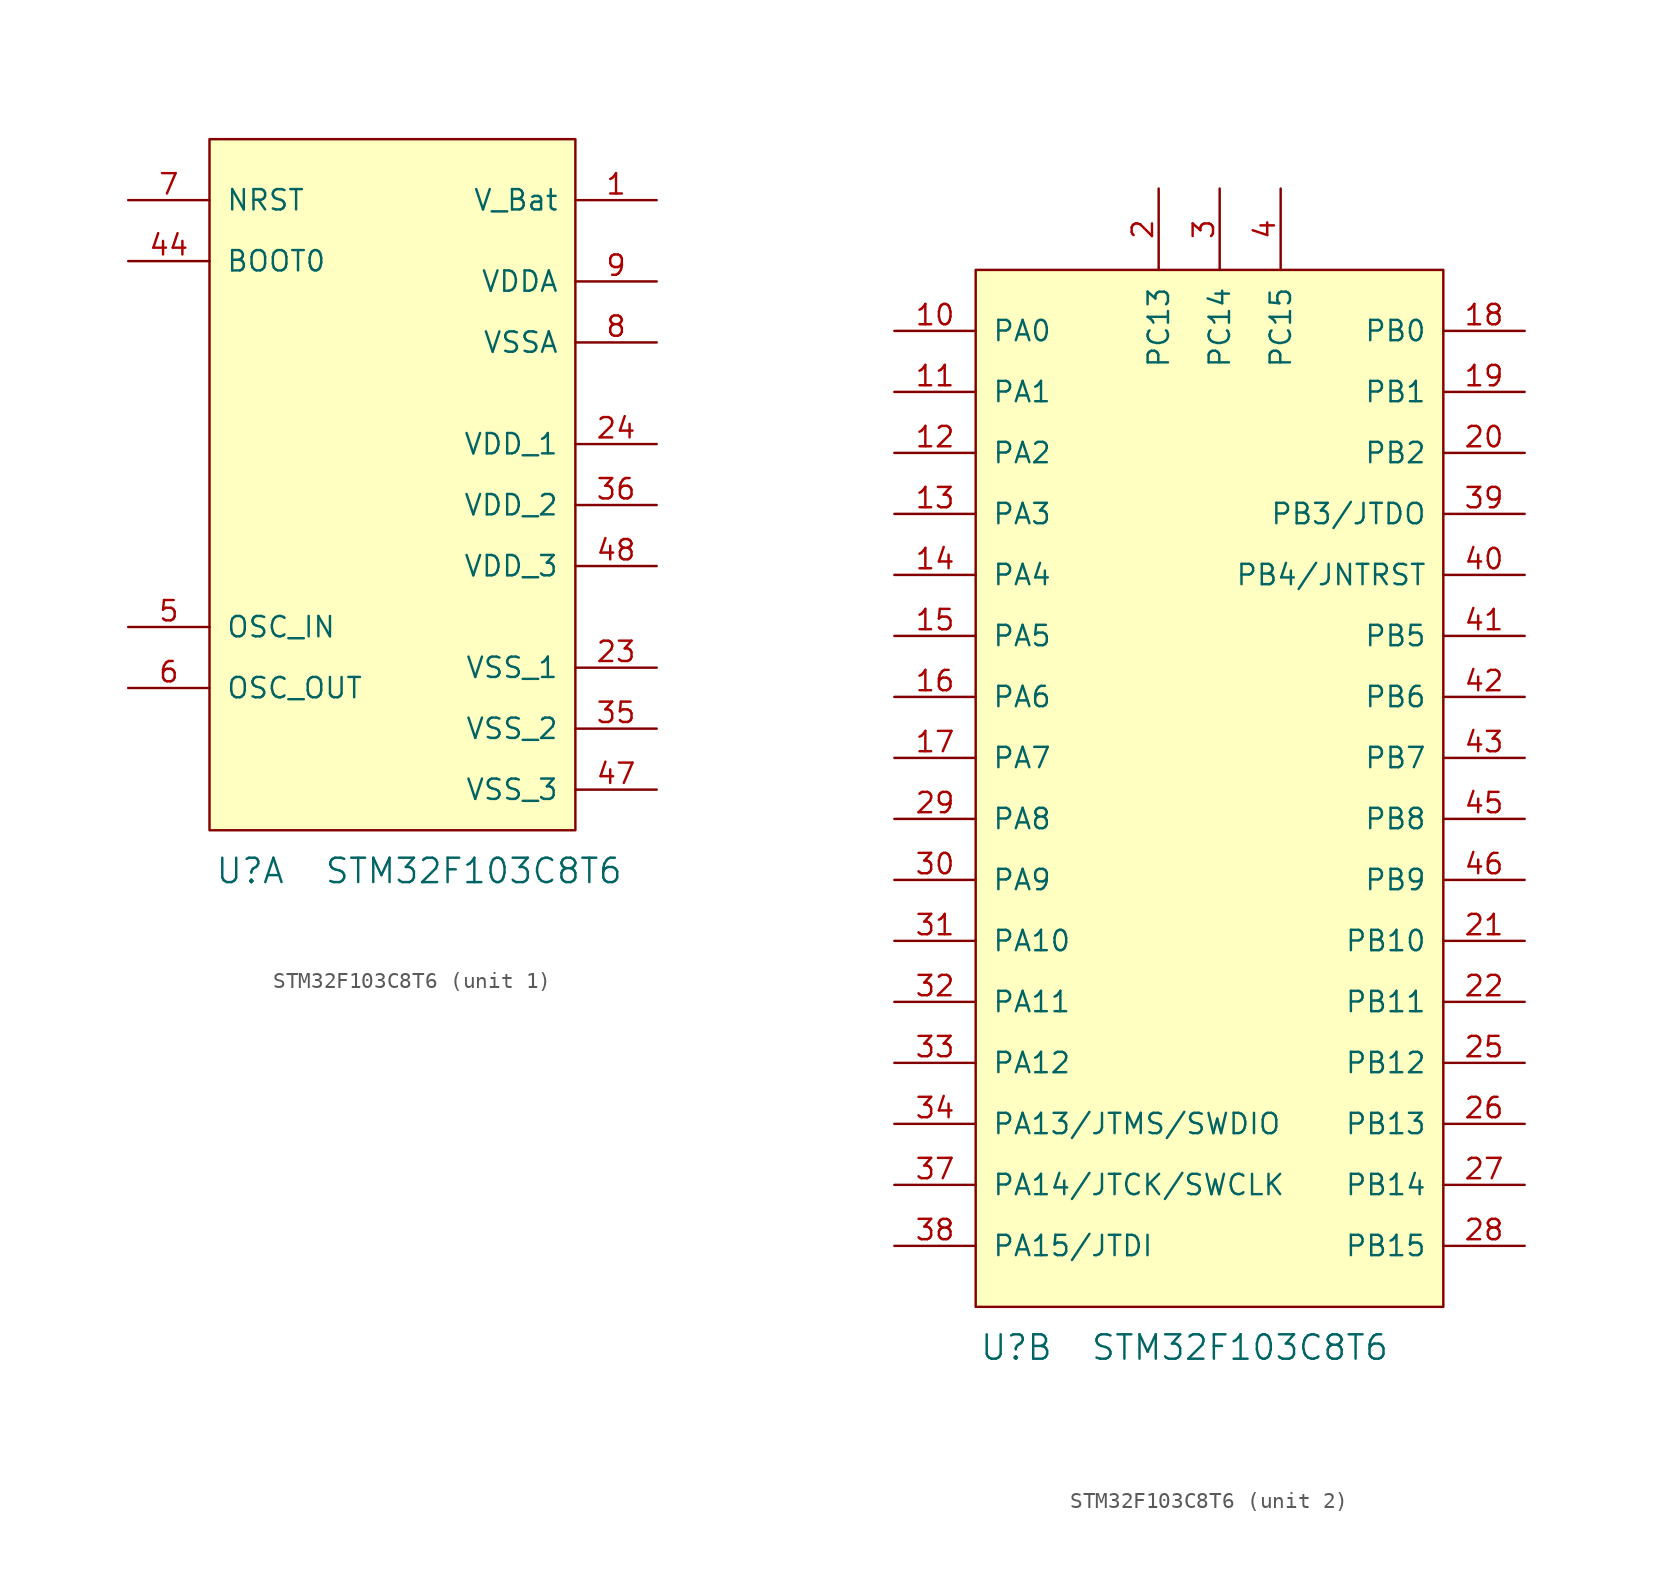
<source format=kicad_sym>
(kicad_symbol_lib
  (version 20211014)
  (generator kicad_symbol_editor)
  (symbol "STM32F103C8T6"
    (pin_names
      (offset 1.016))
    (property "Reference" "U"
      (at 2.54 -2.54 0)
      (effects (font (size 1.524 1.524))))
    (property "Value" "STM32F103C8T6"
      (at 16.51 -2.54 0)
      (effects (font (size 1.524 1.524))))
    (property "Footprint" ""
      (at 30.48 34.29 0)
      (effects (font (size 1.524 1.524))))
    (property "Datasheet" ""
      (at 30.48 34.29 0)
      (effects (font (size 1.524 1.524))))
    (symbol "STM32F103C8T6_1_1"
      (rectangle (start 0 43.18) (end 22.86 0) (stroke (width 0) (type default) (color 0 0 0 0)) (fill (type background)))
      (pin power_in line (at 27.94 39.37 180) (length 5.08) (name "V_Bat" (effects (font (size 1.27 1.27)))) (number "1" (effects (font (size 1.27 1.27)))))
      (pin power_in line (at 27.94 10.16 180) (length 5.08) (name "VSS_1" (effects (font (size 1.27 1.27)))) (number "23" (effects (font (size 1.27 1.27)))))
      (pin power_in line (at 27.94 24.13 180) (length 5.08) (name "VDD_1" (effects (font (size 1.27 1.27)))) (number "24" (effects (font (size 1.27 1.27)))))
      (pin power_in line (at 27.94 6.35 180) (length 5.08) (name "VSS_2" (effects (font (size 1.27 1.27)))) (number "35" (effects (font (size 1.27 1.27)))))
      (pin power_in line (at 27.94 20.32 180) (length 5.08) (name "VDD_2" (effects (font (size 1.27 1.27)))) (number "36" (effects (font (size 1.27 1.27)))))
      (pin power_in line (at -5.08 35.56 0) (length 5.08) (name "BOOT0" (effects (font (size 1.27 1.27)))) (number "44" (effects (font (size 1.27 1.27)))))
      (pin power_in line (at 27.94 2.54 180) (length 5.08) (name "VSS_3" (effects (font (size 1.27 1.27)))) (number "47" (effects (font (size 1.27 1.27)))))
      (pin power_in line (at 27.94 16.51 180) (length 5.08) (name "VDD_3" (effects (font (size 1.27 1.27)))) (number "48" (effects (font (size 1.27 1.27)))))
      (pin input line (at -5.08 12.7 0) (length 5.08) (name "OSC_IN" (effects (font (size 1.27 1.27)))) (number "5" (effects (font (size 1.27 1.27)))))
      (pin input line (at -5.08 8.89 0) (length 5.08) (name "OSC_OUT" (effects (font (size 1.27 1.27)))) (number "6" (effects (font (size 1.27 1.27)))))
      (pin input line (at -5.08 39.37 0) (length 5.08) (name "NRST" (effects (font (size 1.27 1.27)))) (number "7" (effects (font (size 1.27 1.27)))))
      (pin power_in line (at 27.94 30.48 180) (length 5.08) (name "VSSA" (effects (font (size 1.27 1.27)))) (number "8" (effects (font (size 1.27 1.27)))))
      (pin power_in line (at 27.94 34.29 180) (length 5.08) (name "VDDA" (effects (font (size 1.27 1.27)))) (number "9" (effects (font (size 1.27 1.27))))))
    (symbol "STM32F103C8T6_2_1"
      (rectangle (start 0 64.77) (end 29.21 0) (stroke (width 0) (type default) (color 0 0 0 0)) (fill (type background)))
      (pin bidirectional line (at -5.08 60.96 0) (length 5.08) (name "PA0" (effects (font (size 1.27 1.27)))) (number "10" (effects (font (size 1.27 1.27)))))
      (pin bidirectional line (at -5.08 57.15 0) (length 5.08) (name "PA1" (effects (font (size 1.27 1.27)))) (number "11" (effects (font (size 1.27 1.27)))))
      (pin bidirectional line (at -5.08 53.34 0) (length 5.08) (name "PA2" (effects (font (size 1.27 1.27)))) (number "12" (effects (font (size 1.27 1.27)))))
      (pin bidirectional line (at -5.08 49.53 0) (length 5.08) (name "PA3" (effects (font (size 1.27 1.27)))) (number "13" (effects (font (size 1.27 1.27)))))
      (pin bidirectional line (at -5.08 45.72 0) (length 5.08) (name "PA4" (effects (font (size 1.27 1.27)))) (number "14" (effects (font (size 1.27 1.27)))))
      (pin bidirectional line (at -5.08 41.91 0) (length 5.08) (name "PA5" (effects (font (size 1.27 1.27)))) (number "15" (effects (font (size 1.27 1.27)))))
      (pin bidirectional line (at -5.08 38.1 0) (length 5.08) (name "PA6" (effects (font (size 1.27 1.27)))) (number "16" (effects (font (size 1.27 1.27)))))
      (pin bidirectional line (at -5.08 34.29 0) (length 5.08) (name "PA7" (effects (font (size 1.27 1.27)))) (number "17" (effects (font (size 1.27 1.27)))))
      (pin bidirectional line (at 34.29 60.96 180) (length 5.08) (name "PB0" (effects (font (size 1.27 1.27)))) (number "18" (effects (font (size 1.27 1.27)))))
      (pin bidirectional line (at 34.29 57.15 180) (length 5.08) (name "PB1" (effects (font (size 1.27 1.27)))) (number "19" (effects (font (size 1.27 1.27)))))
      (pin bidirectional line (at 11.43 69.85 270) (length 5.08) (name "PC13" (effects (font (size 1.27 1.27)))) (number "2" (effects (font (size 1.27 1.27)))))
      (pin bidirectional line (at 34.29 53.34 180) (length 5.08) (name "PB2" (effects (font (size 1.27 1.27)))) (number "20" (effects (font (size 1.27 1.27)))))
      (pin bidirectional line (at 34.29 22.86 180) (length 5.08) (name "PB10" (effects (font (size 1.27 1.27)))) (number "21" (effects (font (size 1.27 1.27)))))
      (pin bidirectional line (at 34.29 19.05 180) (length 5.08) (name "PB11" (effects (font (size 1.27 1.27)))) (number "22" (effects (font (size 1.27 1.27)))))
      (pin bidirectional line (at 34.29 15.24 180) (length 5.08) (name "PB12" (effects (font (size 1.27 1.27)))) (number "25" (effects (font (size 1.27 1.27)))))
      (pin bidirectional line (at 34.29 11.43 180) (length 5.08) (name "PB13" (effects (font (size 1.27 1.27)))) (number "26" (effects (font (size 1.27 1.27)))))
      (pin bidirectional line (at 34.29 7.62 180) (length 5.08) (name "PB14" (effects (font (size 1.27 1.27)))) (number "27" (effects (font (size 1.27 1.27)))))
      (pin bidirectional line (at 34.29 3.81 180) (length 5.08) (name "PB15" (effects (font (size 1.27 1.27)))) (number "28" (effects (font (size 1.27 1.27)))))
      (pin bidirectional line (at -5.08 30.48 0) (length 5.08) (name "PA8" (effects (font (size 1.27 1.27)))) (number "29" (effects (font (size 1.27 1.27)))))
      (pin bidirectional line (at 15.24 69.85 270) (length 5.08) (name "PC14" (effects (font (size 1.27 1.27)))) (number "3" (effects (font (size 1.27 1.27)))))
      (pin bidirectional line (at -5.08 26.67 0) (length 5.08) (name "PA9" (effects (font (size 1.27 1.27)))) (number "30" (effects (font (size 1.27 1.27)))))
      (pin bidirectional line (at -5.08 22.86 0) (length 5.08) (name "PA10" (effects (font (size 1.27 1.27)))) (number "31" (effects (font (size 1.27 1.27)))))
      (pin bidirectional line (at -5.08 19.05 0) (length 5.08) (name "PA11" (effects (font (size 1.27 1.27)))) (number "32" (effects (font (size 1.27 1.27)))))
      (pin bidirectional line (at -5.08 15.24 0) (length 5.08) (name "PA12" (effects (font (size 1.27 1.27)))) (number "33" (effects (font (size 1.27 1.27)))))
      (pin bidirectional line (at -5.08 11.43 0) (length 5.08) (name "PA13/JTMS/SWDIO" (effects (font (size 1.27 1.27)))) (number "34" (effects (font (size 1.27 1.27)))))
      (pin bidirectional line (at -5.08 7.62 0) (length 5.08) (name "PA14/JTCK/SWCLK" (effects (font (size 1.27 1.27)))) (number "37" (effects (font (size 1.27 1.27)))))
      (pin bidirectional line (at -5.08 3.81 0) (length 5.08) (name "PA15/JTDI" (effects (font (size 1.27 1.27)))) (number "38" (effects (font (size 1.27 1.27)))))
      (pin bidirectional line (at 34.29 49.53 180) (length 5.08) (name "PB3/JTDO" (effects (font (size 1.27 1.27)))) (number "39" (effects (font (size 1.27 1.27)))))
      (pin bidirectional line (at 19.05 69.85 270) (length 5.08) (name "PC15" (effects (font (size 1.27 1.27)))) (number "4" (effects (font (size 1.27 1.27)))))
      (pin bidirectional line (at 34.29 45.72 180) (length 5.08) (name "PB4/JNTRST" (effects (font (size 1.27 1.27)))) (number "40" (effects (font (size 1.27 1.27)))))
      (pin bidirectional line (at 34.29 41.91 180) (length 5.08) (name "PB5" (effects (font (size 1.27 1.27)))) (number "41" (effects (font (size 1.27 1.27)))))
      (pin bidirectional line (at 34.29 38.1 180) (length 5.08) (name "PB6" (effects (font (size 1.27 1.27)))) (number "42" (effects (font (size 1.27 1.27)))))
      (pin bidirectional line (at 34.29 34.29 180) (length 5.08) (name "PB7" (effects (font (size 1.27 1.27)))) (number "43" (effects (font (size 1.27 1.27)))))
      (pin bidirectional line (at 34.29 30.48 180) (length 5.08) (name "PB8" (effects (font (size 1.27 1.27)))) (number "45" (effects (font (size 1.27 1.27)))))
      (pin bidirectional line (at 34.29 26.67 180) (length 5.08) (name "PB9" (effects (font (size 1.27 1.27)))) (number "46" (effects (font (size 1.27 1.27))))))))
</source>
